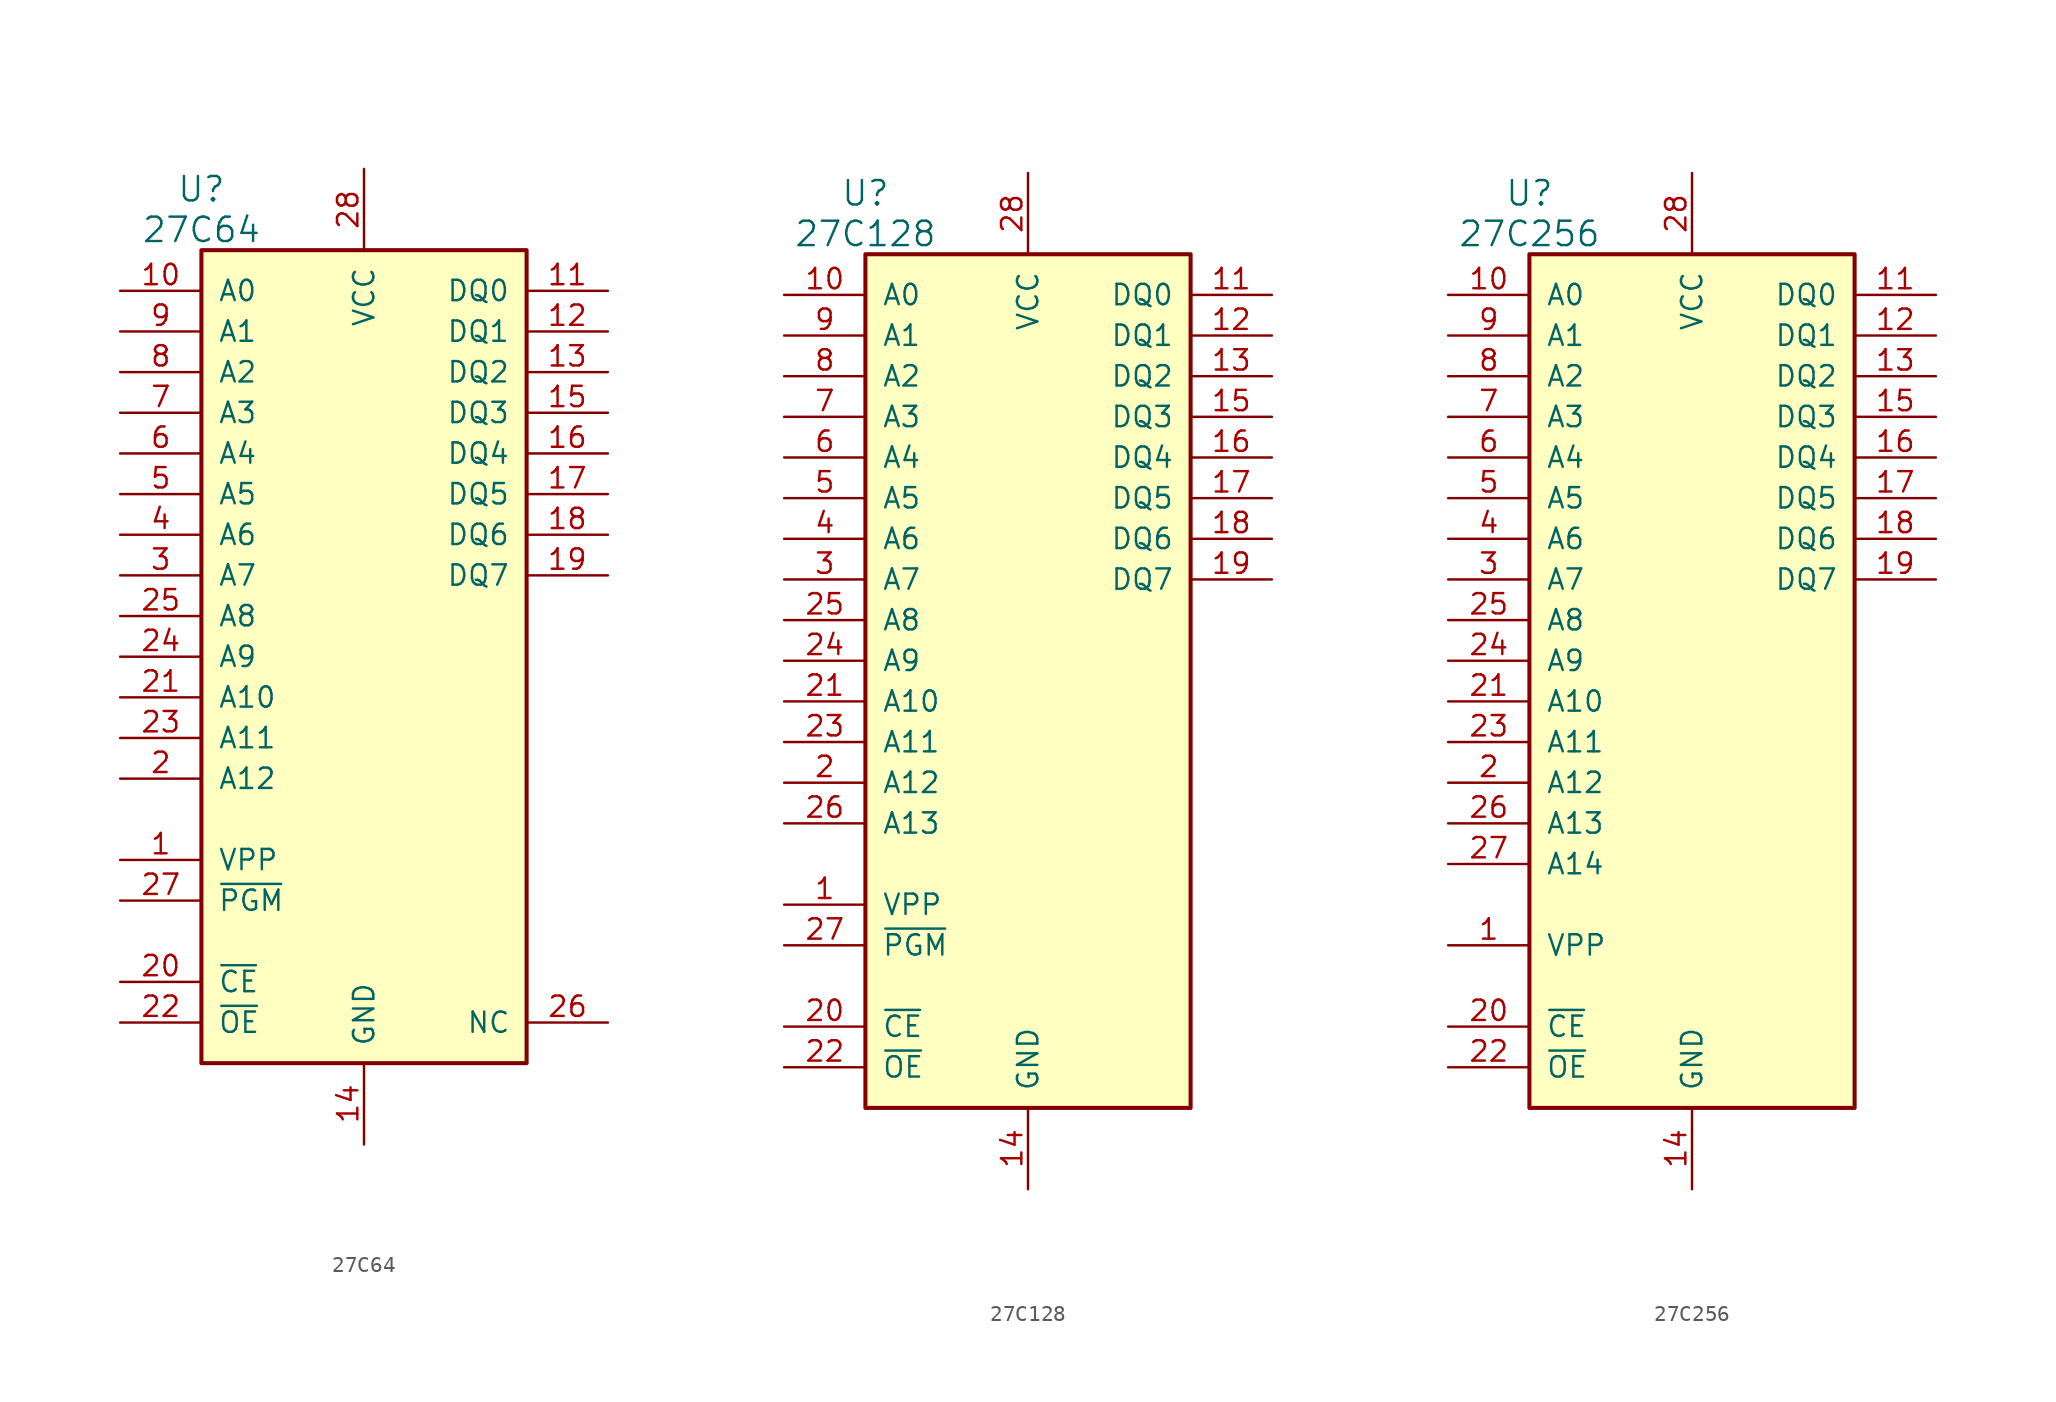
<source format=kicad_sym>
(kicad_symbol_lib
  (version 20211014)
  (generator kicad_symbol_editor)
  (symbol "27C64"
    (pin_names
      (offset 1.016))
    (property "Reference" "U"
      (at -10.16 29.21 0)
      (effects (font (size 1.524 1.524))))
    (property "Value" "27C64"
      (at -10.16 26.67 0)
      (effects (font (size 1.524 1.524))))
    (property "Footprint" ""
      (at 0 -1.27 0)
      (effects (font (size 1.524 1.524))))
    (property "Datasheet" ""
      (at 0 -1.27 0)
      (effects (font (size 1.524 1.524))))
    (symbol "27C64_0_1"
      (rectangle (start -10.16 25.4) (end 10.16 -25.4) (stroke (width 0.254) (type default) (color 0 0 0 0)) (fill (type background))))
    (symbol "27C64_1_1"
      (pin input line (at -15.24 -12.7 0) (length 5.08) (name "VPP" (effects (font (size 1.27 1.27)))) (number "1" (effects (font (size 1.27 1.27)))))
      (pin input line (at -15.24 22.86 0) (length 5.08) (name "A0" (effects (font (size 1.27 1.27)))) (number "10" (effects (font (size 1.27 1.27)))))
      (pin bidirectional line (at 15.24 22.86 180) (length 5.08) (name "DQ0" (effects (font (size 1.27 1.27)))) (number "11" (effects (font (size 1.27 1.27)))))
      (pin bidirectional line (at 15.24 20.32 180) (length 5.08) (name "DQ1" (effects (font (size 1.27 1.27)))) (number "12" (effects (font (size 1.27 1.27)))))
      (pin bidirectional line (at 15.24 17.78 180) (length 5.08) (name "DQ2" (effects (font (size 1.27 1.27)))) (number "13" (effects (font (size 1.27 1.27)))))
      (pin power_in line (at 0 -30.48 90) (length 5.08) (name "GND" (effects (font (size 1.27 1.27)))) (number "14" (effects (font (size 1.27 1.27)))))
      (pin bidirectional line (at 15.24 15.24 180) (length 5.08) (name "DQ3" (effects (font (size 1.27 1.27)))) (number "15" (effects (font (size 1.27 1.27)))))
      (pin bidirectional line (at 15.24 12.7 180) (length 5.08) (name "DQ4" (effects (font (size 1.27 1.27)))) (number "16" (effects (font (size 1.27 1.27)))))
      (pin bidirectional line (at 15.24 10.16 180) (length 5.08) (name "DQ5" (effects (font (size 1.27 1.27)))) (number "17" (effects (font (size 1.27 1.27)))))
      (pin bidirectional line (at 15.24 7.62 180) (length 5.08) (name "DQ6" (effects (font (size 1.27 1.27)))) (number "18" (effects (font (size 1.27 1.27)))))
      (pin bidirectional line (at 15.24 5.08 180) (length 5.08) (name "DQ7" (effects (font (size 1.27 1.27)))) (number "19" (effects (font (size 1.27 1.27)))))
      (pin input line (at -15.24 -7.62 0) (length 5.08) (name "A12" (effects (font (size 1.27 1.27)))) (number "2" (effects (font (size 1.27 1.27)))))
      (pin input line (at -15.24 -20.32 0) (length 5.08) (name "~{CE}" (effects (font (size 1.27 1.27)))) (number "20" (effects (font (size 1.27 1.27)))))
      (pin input line (at -15.24 -2.54 0) (length 5.08) (name "A10" (effects (font (size 1.27 1.27)))) (number "21" (effects (font (size 1.27 1.27)))))
      (pin input line (at -15.24 -22.86 0) (length 5.08) (name "~{OE}" (effects (font (size 1.27 1.27)))) (number "22" (effects (font (size 1.27 1.27)))))
      (pin input line (at -15.24 -5.08 0) (length 5.08) (name "A11" (effects (font (size 1.27 1.27)))) (number "23" (effects (font (size 1.27 1.27)))))
      (pin input line (at -15.24 0 0) (length 5.08) (name "A9" (effects (font (size 1.27 1.27)))) (number "24" (effects (font (size 1.27 1.27)))))
      (pin input line (at -15.24 2.54 0) (length 5.08) (name "A8" (effects (font (size 1.27 1.27)))) (number "25" (effects (font (size 1.27 1.27)))))
      (pin passive line (at 15.24 -22.86 180) (length 5.04) (name "NC" (effects (font (size 1.27 1.27)))) (number "26" (effects (font (size 1.27 1.27)))))
      (pin input line (at -15.24 -15.24 0) (length 5.08) (name "~{PGM}" (effects (font (size 1.27 1.27)))) (number "27" (effects (font (size 1.27 1.27)))))
      (pin power_in line (at 0 30.48 270) (length 5.08) (name "VCC" (effects (font (size 1.27 1.27)))) (number "28" (effects (font (size 1.27 1.27)))))
      (pin input line (at -15.24 5.08 0) (length 5.08) (name "A7" (effects (font (size 1.27 1.27)))) (number "3" (effects (font (size 1.27 1.27)))))
      (pin input line (at -15.24 7.62 0) (length 5.08) (name "A6" (effects (font (size 1.27 1.27)))) (number "4" (effects (font (size 1.27 1.27)))))
      (pin input line (at -15.24 10.16 0) (length 5.08) (name "A5" (effects (font (size 1.27 1.27)))) (number "5" (effects (font (size 1.27 1.27)))))
      (pin input line (at -15.24 12.7 0) (length 5.08) (name "A4" (effects (font (size 1.27 1.27)))) (number "6" (effects (font (size 1.27 1.27)))))
      (pin input line (at -15.24 15.24 0) (length 5.08) (name "A3" (effects (font (size 1.27 1.27)))) (number "7" (effects (font (size 1.27 1.27)))))
      (pin input line (at -15.24 17.78 0) (length 5.08) (name "A2" (effects (font (size 1.27 1.27)))) (number "8" (effects (font (size 1.27 1.27)))))
      (pin input line (at -15.24 20.32 0) (length 5.08) (name "A1" (effects (font (size 1.27 1.27)))) (number "9" (effects (font (size 1.27 1.27)))))))
  (symbol "27C128"
    (pin_names
      (offset 1.016))
    (property "Reference" "U"
      (at -10.16 30.48 0)
      (effects (font (size 1.524 1.524))))
    (property "Value" "27C128"
      (at -10.16 27.94 0)
      (effects (font (size 1.524 1.524))))
    (property "Footprint" ""
      (at 0 0 0)
      (effects (font (size 1.524 1.524))))
    (property "Datasheet" ""
      (at 0 0 0)
      (effects (font (size 1.524 1.524))))
    (symbol "27C128_0_1"
      (rectangle (start -10.16 26.67) (end 10.16 -26.67) (stroke (width 0.254) (type default) (color 0 0 0 0)) (fill (type background))))
    (symbol "27C128_1_1"
      (pin input line (at -15.24 -13.97 0) (length 5.08) (name "VPP" (effects (font (size 1.27 1.27)))) (number "1" (effects (font (size 1.27 1.27)))))
      (pin input line (at -15.24 24.13 0) (length 5.08) (name "A0" (effects (font (size 1.27 1.27)))) (number "10" (effects (font (size 1.27 1.27)))))
      (pin bidirectional line (at 15.24 24.13 180) (length 5.08) (name "DQ0" (effects (font (size 1.27 1.27)))) (number "11" (effects (font (size 1.27 1.27)))))
      (pin bidirectional line (at 15.24 21.59 180) (length 5.08) (name "DQ1" (effects (font (size 1.27 1.27)))) (number "12" (effects (font (size 1.27 1.27)))))
      (pin bidirectional line (at 15.24 19.05 180) (length 5.08) (name "DQ2" (effects (font (size 1.27 1.27)))) (number "13" (effects (font (size 1.27 1.27)))))
      (pin power_in line (at 0 -31.75 90) (length 5.08) (name "GND" (effects (font (size 1.27 1.27)))) (number "14" (effects (font (size 1.27 1.27)))))
      (pin bidirectional line (at 15.24 16.51 180) (length 5.08) (name "DQ3" (effects (font (size 1.27 1.27)))) (number "15" (effects (font (size 1.27 1.27)))))
      (pin bidirectional line (at 15.24 13.97 180) (length 5.08) (name "DQ4" (effects (font (size 1.27 1.27)))) (number "16" (effects (font (size 1.27 1.27)))))
      (pin bidirectional line (at 15.24 11.43 180) (length 5.08) (name "DQ5" (effects (font (size 1.27 1.27)))) (number "17" (effects (font (size 1.27 1.27)))))
      (pin bidirectional line (at 15.24 8.89 180) (length 5.08) (name "DQ6" (effects (font (size 1.27 1.27)))) (number "18" (effects (font (size 1.27 1.27)))))
      (pin bidirectional line (at 15.24 6.35 180) (length 5.08) (name "DQ7" (effects (font (size 1.27 1.27)))) (number "19" (effects (font (size 1.27 1.27)))))
      (pin input line (at -15.24 -6.35 0) (length 5.08) (name "A12" (effects (font (size 1.27 1.27)))) (number "2" (effects (font (size 1.27 1.27)))))
      (pin input line (at -15.24 -21.59 0) (length 5.08) (name "~{CE}" (effects (font (size 1.27 1.27)))) (number "20" (effects (font (size 1.27 1.27)))))
      (pin input line (at -15.24 -1.27 0) (length 5.08) (name "A10" (effects (font (size 1.27 1.27)))) (number "21" (effects (font (size 1.27 1.27)))))
      (pin input line (at -15.24 -24.13 0) (length 5.08) (name "~{OE}" (effects (font (size 1.27 1.27)))) (number "22" (effects (font (size 1.27 1.27)))))
      (pin input line (at -15.24 -3.81 0) (length 5.08) (name "A11" (effects (font (size 1.27 1.27)))) (number "23" (effects (font (size 1.27 1.27)))))
      (pin input line (at -15.24 1.27 0) (length 5.08) (name "A9" (effects (font (size 1.27 1.27)))) (number "24" (effects (font (size 1.27 1.27)))))
      (pin input line (at -15.24 3.81 0) (length 5.08) (name "A8" (effects (font (size 1.27 1.27)))) (number "25" (effects (font (size 1.27 1.27)))))
      (pin input line (at -15.24 -8.89 0) (length 5.08) (name "A13" (effects (font (size 1.27 1.27)))) (number "26" (effects (font (size 1.27 1.27)))))
      (pin input line (at -15.24 -16.51 0) (length 5.08) (name "~{PGM}" (effects (font (size 1.27 1.27)))) (number "27" (effects (font (size 1.27 1.27)))))
      (pin power_in line (at 0 31.75 270) (length 5.08) (name "VCC" (effects (font (size 1.27 1.27)))) (number "28" (effects (font (size 1.27 1.27)))))
      (pin input line (at -15.24 6.35 0) (length 5.08) (name "A7" (effects (font (size 1.27 1.27)))) (number "3" (effects (font (size 1.27 1.27)))))
      (pin input line (at -15.24 8.89 0) (length 5.08) (name "A6" (effects (font (size 1.27 1.27)))) (number "4" (effects (font (size 1.27 1.27)))))
      (pin input line (at -15.24 11.43 0) (length 5.08) (name "A5" (effects (font (size 1.27 1.27)))) (number "5" (effects (font (size 1.27 1.27)))))
      (pin input line (at -15.24 13.97 0) (length 5.08) (name "A4" (effects (font (size 1.27 1.27)))) (number "6" (effects (font (size 1.27 1.27)))))
      (pin input line (at -15.24 16.51 0) (length 5.08) (name "A3" (effects (font (size 1.27 1.27)))) (number "7" (effects (font (size 1.27 1.27)))))
      (pin input line (at -15.24 19.05 0) (length 5.08) (name "A2" (effects (font (size 1.27 1.27)))) (number "8" (effects (font (size 1.27 1.27)))))
      (pin input line (at -15.24 21.59 0) (length 5.08) (name "A1" (effects (font (size 1.27 1.27)))) (number "9" (effects (font (size 1.27 1.27)))))))
  (symbol "27C256"
    (pin_names
      (offset 1.016))
    (property "Reference" "U"
      (at -10.16 30.48 0)
      (effects (font (size 1.524 1.524))))
    (property "Value" "27C256"
      (at -10.16 27.94 0)
      (effects (font (size 1.524 1.524))))
    (property "Footprint" ""
      (at 0 0 0)
      (effects (font (size 1.524 1.524))))
    (property "Datasheet" ""
      (at 0 0 0)
      (effects (font (size 1.524 1.524))))
    (symbol "27C256_0_1"
      (rectangle (start -10.16 26.67) (end 10.16 -26.67) (stroke (width 0.254) (type default) (color 0 0 0 0)) (fill (type background))))
    (symbol "27C256_1_1"
      (pin input line (at -15.24 -16.51 0) (length 5.08) (name "VPP" (effects (font (size 1.27 1.27)))) (number "1" (effects (font (size 1.27 1.27)))))
      (pin input line (at -15.24 24.13 0) (length 5.08) (name "A0" (effects (font (size 1.27 1.27)))) (number "10" (effects (font (size 1.27 1.27)))))
      (pin bidirectional line (at 15.24 24.13 180) (length 5.08) (name "DQ0" (effects (font (size 1.27 1.27)))) (number "11" (effects (font (size 1.27 1.27)))))
      (pin bidirectional line (at 15.24 21.59 180) (length 5.08) (name "DQ1" (effects (font (size 1.27 1.27)))) (number "12" (effects (font (size 1.27 1.27)))))
      (pin bidirectional line (at 15.24 19.05 180) (length 5.08) (name "DQ2" (effects (font (size 1.27 1.27)))) (number "13" (effects (font (size 1.27 1.27)))))
      (pin power_in line (at 0 -31.75 90) (length 5.08) (name "GND" (effects (font (size 1.27 1.27)))) (number "14" (effects (font (size 1.27 1.27)))))
      (pin bidirectional line (at 15.24 16.51 180) (length 5.08) (name "DQ3" (effects (font (size 1.27 1.27)))) (number "15" (effects (font (size 1.27 1.27)))))
      (pin bidirectional line (at 15.24 13.97 180) (length 5.08) (name "DQ4" (effects (font (size 1.27 1.27)))) (number "16" (effects (font (size 1.27 1.27)))))
      (pin bidirectional line (at 15.24 11.43 180) (length 5.08) (name "DQ5" (effects (font (size 1.27 1.27)))) (number "17" (effects (font (size 1.27 1.27)))))
      (pin bidirectional line (at 15.24 8.89 180) (length 5.08) (name "DQ6" (effects (font (size 1.27 1.27)))) (number "18" (effects (font (size 1.27 1.27)))))
      (pin bidirectional line (at 15.24 6.35 180) (length 5.08) (name "DQ7" (effects (font (size 1.27 1.27)))) (number "19" (effects (font (size 1.27 1.27)))))
      (pin input line (at -15.24 -6.35 0) (length 5.08) (name "A12" (effects (font (size 1.27 1.27)))) (number "2" (effects (font (size 1.27 1.27)))))
      (pin input line (at -15.24 -21.59 0) (length 5.08) (name "~{CE}" (effects (font (size 1.27 1.27)))) (number "20" (effects (font (size 1.27 1.27)))))
      (pin input line (at -15.24 -1.27 0) (length 5.08) (name "A10" (effects (font (size 1.27 1.27)))) (number "21" (effects (font (size 1.27 1.27)))))
      (pin input line (at -15.24 -24.13 0) (length 5.08) (name "~{OE}" (effects (font (size 1.27 1.27)))) (number "22" (effects (font (size 1.27 1.27)))))
      (pin input line (at -15.24 -3.81 0) (length 5.08) (name "A11" (effects (font (size 1.27 1.27)))) (number "23" (effects (font (size 1.27 1.27)))))
      (pin input line (at -15.24 1.27 0) (length 5.08) (name "A9" (effects (font (size 1.27 1.27)))) (number "24" (effects (font (size 1.27 1.27)))))
      (pin input line (at -15.24 3.81 0) (length 5.08) (name "A8" (effects (font (size 1.27 1.27)))) (number "25" (effects (font (size 1.27 1.27)))))
      (pin input line (at -15.24 -8.89 0) (length 5.08) (name "A13" (effects (font (size 1.27 1.27)))) (number "26" (effects (font (size 1.27 1.27)))))
      (pin input line (at -15.24 -11.43 0) (length 5.08) (name "A14" (effects (font (size 1.27 1.27)))) (number "27" (effects (font (size 1.27 1.27)))))
      (pin power_in line (at 0 31.75 270) (length 5.08) (name "VCC" (effects (font (size 1.27 1.27)))) (number "28" (effects (font (size 1.27 1.27)))))
      (pin input line (at -15.24 6.35 0) (length 5.08) (name "A7" (effects (font (size 1.27 1.27)))) (number "3" (effects (font (size 1.27 1.27)))))
      (pin input line (at -15.24 8.89 0) (length 5.08) (name "A6" (effects (font (size 1.27 1.27)))) (number "4" (effects (font (size 1.27 1.27)))))
      (pin input line (at -15.24 11.43 0) (length 5.08) (name "A5" (effects (font (size 1.27 1.27)))) (number "5" (effects (font (size 1.27 1.27)))))
      (pin input line (at -15.24 13.97 0) (length 5.08) (name "A4" (effects (font (size 1.27 1.27)))) (number "6" (effects (font (size 1.27 1.27)))))
      (pin input line (at -15.24 16.51 0) (length 5.08) (name "A3" (effects (font (size 1.27 1.27)))) (number "7" (effects (font (size 1.27 1.27)))))
      (pin input line (at -15.24 19.05 0) (length 5.08) (name "A2" (effects (font (size 1.27 1.27)))) (number "8" (effects (font (size 1.27 1.27)))))
      (pin input line (at -15.24 21.59 0) (length 5.08) (name "A1" (effects (font (size 1.27 1.27)))) (number "9" (effects (font (size 1.27 1.27))))))))
</source>
